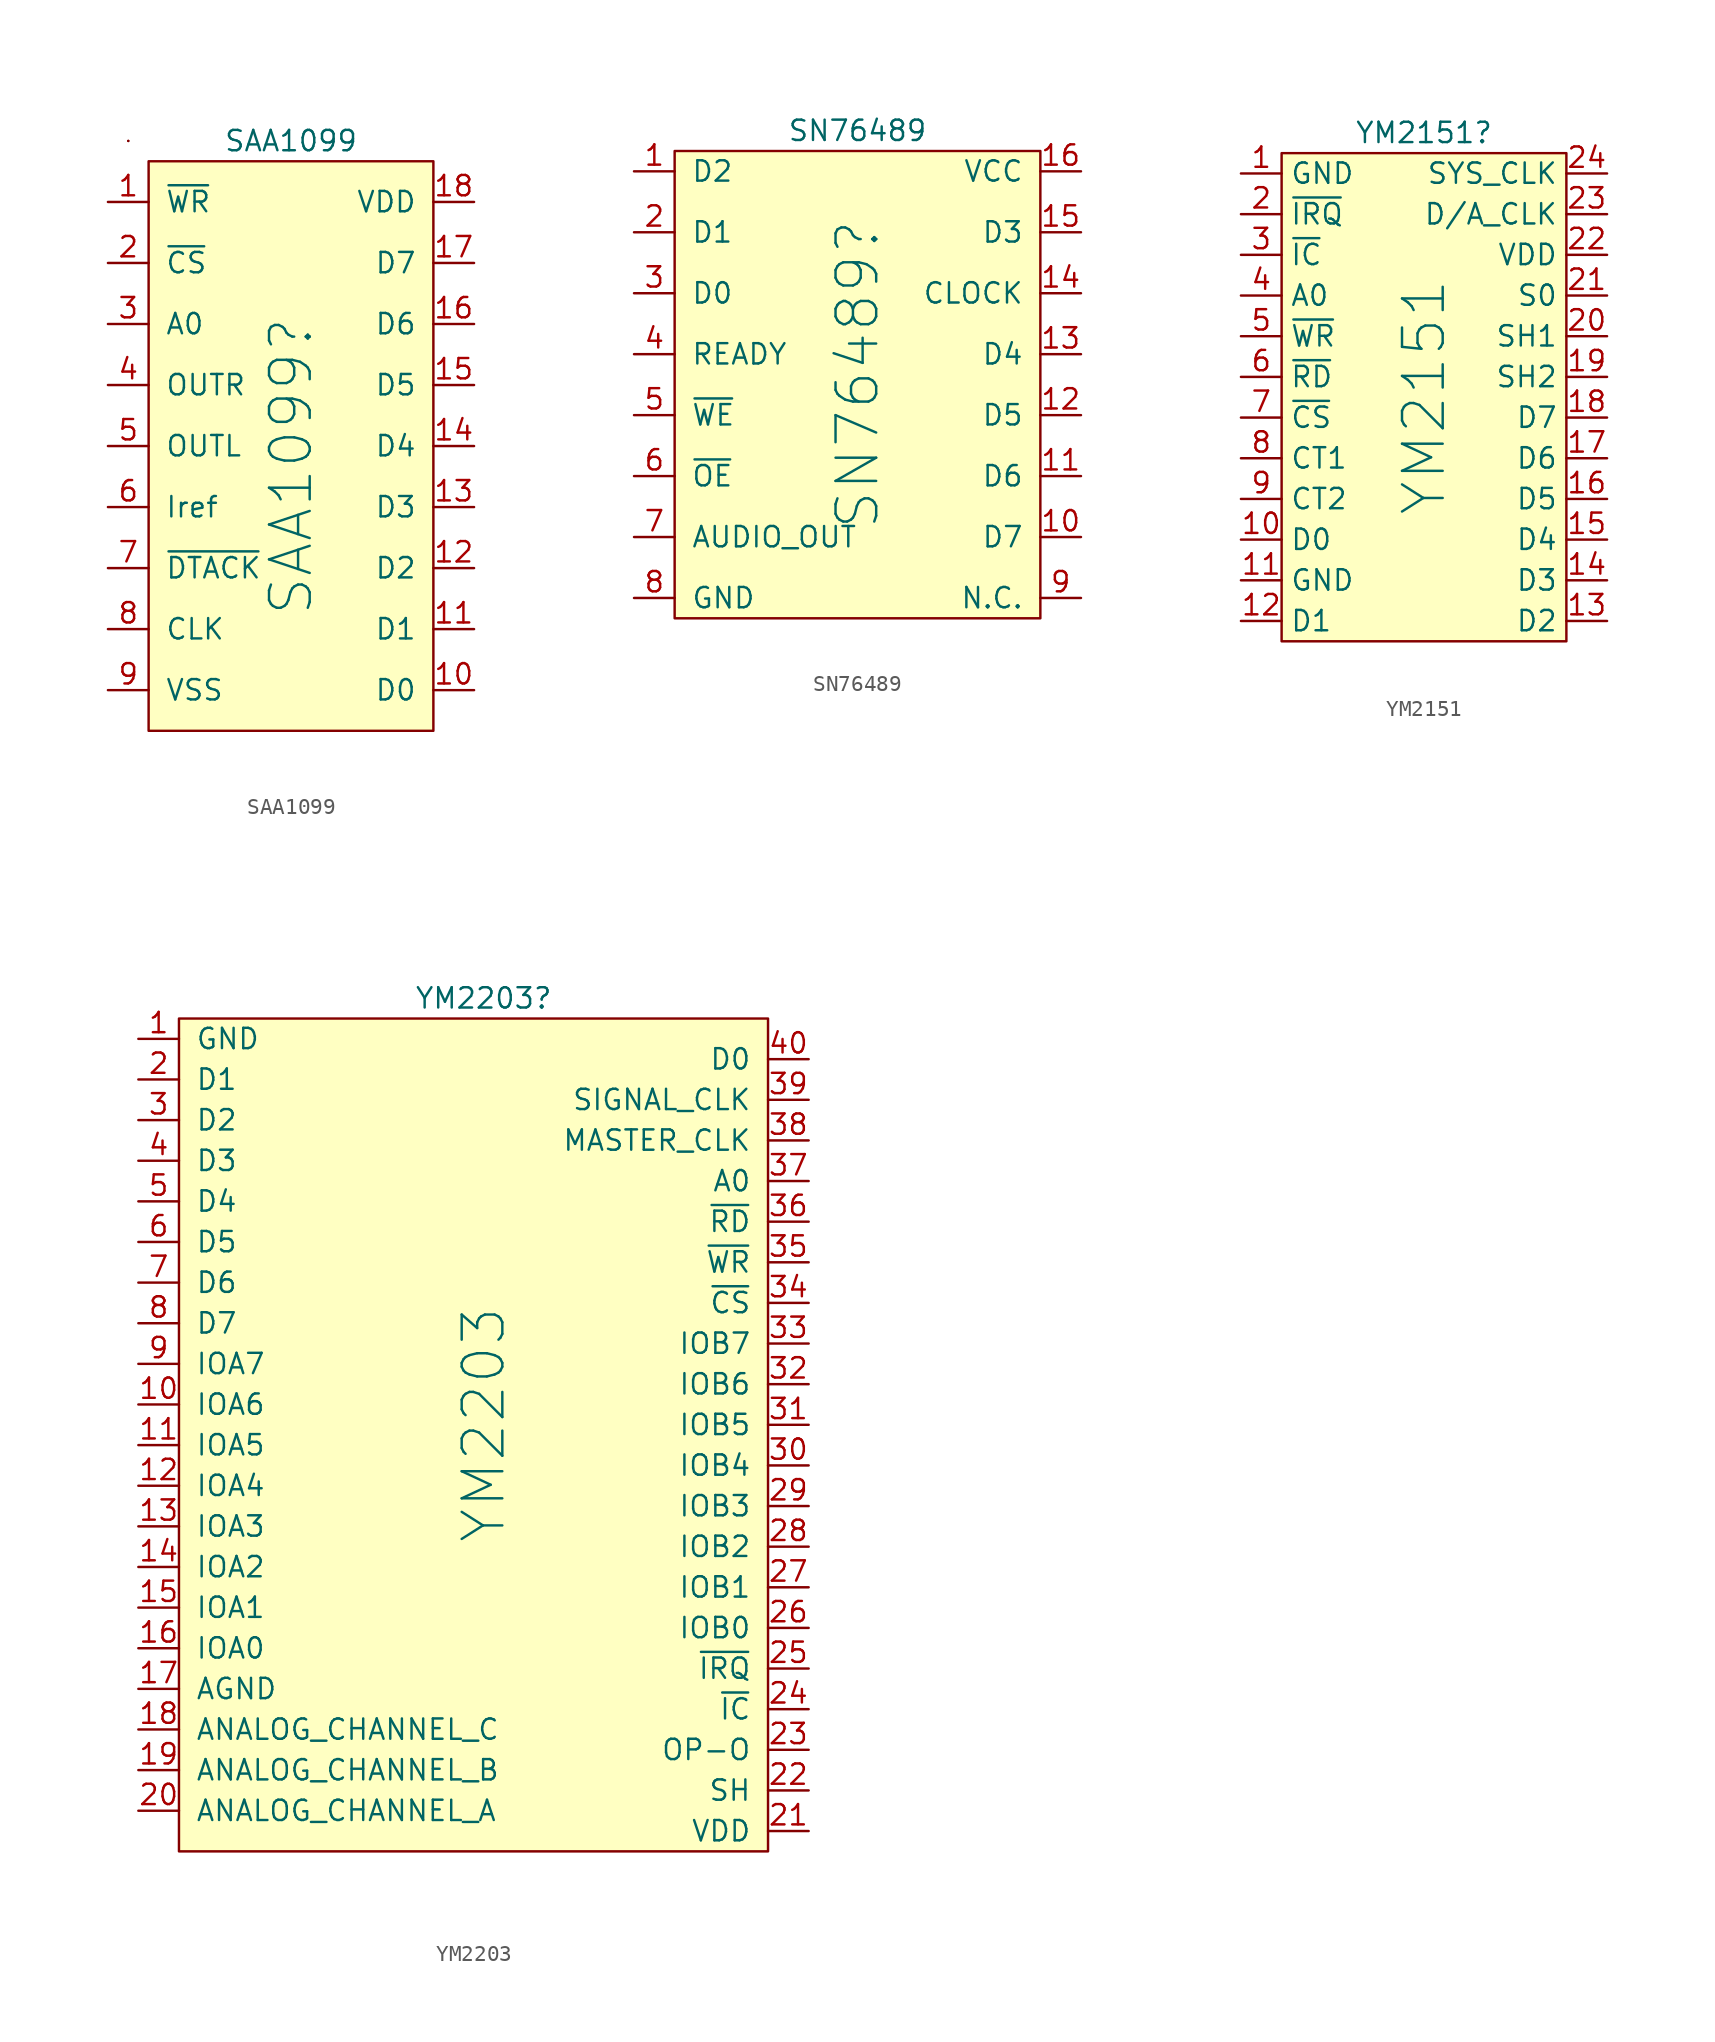
<source format=kicad_sym>
(kicad_symbol_lib
  (version 20220914)
  (generator kicad_symbol_editor)
  (symbol "SAA1099"
    (pin_names
      (offset 1.016))
    (property "Reference" "SAA1099"
      (at 0 0 90)
      (effects (font (size 2.54 2.54))))
    (property "Value" "SAA1099"
      (at 0 20.32 0)
      (effects (font (size 1.27 1.27))))
    (symbol "SAA1099_0_1"
      (rectangle (start -10.16 20.32) (end -10.16 20.32) (stroke (width 0) (type solid)) (fill (type none)))
      (rectangle (start -10.16 20.32) (end -10.16 20.32) (stroke (width 0) (type solid)) (fill (type none)))
      (rectangle (start -8.89 19.05) (end 8.89 -16.51) (stroke (width 0) (type solid)) (fill (type background))))
    (symbol "SAA1099_1_1"
      (pin input line (at -11.43 16.51 0) (length 2.54) (name "~{WR}" (effects (font (size 1.27 1.27)))) (number "1" (effects (font (size 1.27 1.27)))))
      (pin input line (at 11.43 -13.97 180) (length 2.54) (name "D0" (effects (font (size 1.27 1.27)))) (number "10" (effects (font (size 1.27 1.27)))))
      (pin input line (at 11.43 -10.16 180) (length 2.54) (name "D1" (effects (font (size 1.27 1.27)))) (number "11" (effects (font (size 1.27 1.27)))))
      (pin input line (at 11.43 -6.35 180) (length 2.54) (name "D2" (effects (font (size 1.27 1.27)))) (number "12" (effects (font (size 1.27 1.27)))))
      (pin input line (at 11.43 -2.54 180) (length 2.54) (name "D3" (effects (font (size 1.27 1.27)))) (number "13" (effects (font (size 1.27 1.27)))))
      (pin input line (at 11.43 1.27 180) (length 2.54) (name "D4" (effects (font (size 1.27 1.27)))) (number "14" (effects (font (size 1.27 1.27)))))
      (pin input line (at 11.43 5.08 180) (length 2.54) (name "D5" (effects (font (size 1.27 1.27)))) (number "15" (effects (font (size 1.27 1.27)))))
      (pin input line (at 11.43 8.89 180) (length 2.54) (name "D6" (effects (font (size 1.27 1.27)))) (number "16" (effects (font (size 1.27 1.27)))))
      (pin input line (at 11.43 12.7 180) (length 2.54) (name "D7" (effects (font (size 1.27 1.27)))) (number "17" (effects (font (size 1.27 1.27)))))
      (pin power_in line (at 11.43 16.51 180) (length 2.54) (name "VDD" (effects (font (size 1.27 1.27)))) (number "18" (effects (font (size 1.27 1.27)))))
      (pin input line (at -11.43 12.7 0) (length 2.54) (name "~{CS}" (effects (font (size 1.27 1.27)))) (number "2" (effects (font (size 1.27 1.27)))))
      (pin input line (at -11.43 8.89 0) (length 2.54) (name "A0" (effects (font (size 1.27 1.27)))) (number "3" (effects (font (size 1.27 1.27)))))
      (pin output line (at -11.43 5.08 0) (length 2.54) (name "OUTR" (effects (font (size 1.27 1.27)))) (number "4" (effects (font (size 1.27 1.27)))))
      (pin output line (at -11.43 1.27 0) (length 2.54) (name "OUTL" (effects (font (size 1.27 1.27)))) (number "5" (effects (font (size 1.27 1.27)))))
      (pin input line (at -11.43 -2.54 0) (length 2.54) (name "Iref" (effects (font (size 1.27 1.27)))) (number "6" (effects (font (size 1.27 1.27)))))
      (pin output line (at -11.43 -6.35 0) (length 2.54) (name "~{DTACK}" (effects (font (size 1.27 1.27)))) (number "7" (effects (font (size 1.27 1.27)))))
      (pin input line (at -11.43 -10.16 0) (length 2.54) (name "CLK" (effects (font (size 1.27 1.27)))) (number "8" (effects (font (size 1.27 1.27)))))
      (pin passive line (at -11.43 -13.97 0) (length 2.54) (name "VSS" (effects (font (size 1.27 1.27)))) (number "9" (effects (font (size 1.27 1.27)))))))
  (symbol "SN76489"
    (pin_names
      (offset 1.016))
    (property "Reference" "SN76489"
      (at 0 0 90)
      (effects (font (size 2.54 2.54))))
    (property "Value" "SN76489"
      (at 0 15.24 0)
      (effects (font (size 1.27 1.27))))
    (symbol "SN76489_0_1"
      (rectangle (start -11.43 13.97) (end 11.43 -15.24) (stroke (width 0) (type solid)) (fill (type background))))
    (symbol "SN76489_1_1"
      (pin input line (at -13.97 12.7 0) (length 2.54) (name "D2" (effects (font (size 1.27 1.27)))) (number "1" (effects (font (size 1.27 1.27)))))
      (pin input line (at 13.97 -10.16 180) (length 2.54) (name "D7" (effects (font (size 1.27 1.27)))) (number "10" (effects (font (size 1.27 1.27)))))
      (pin input line (at 13.97 -6.35 180) (length 2.54) (name "D6" (effects (font (size 1.27 1.27)))) (number "11" (effects (font (size 1.27 1.27)))))
      (pin input line (at 13.97 -2.54 180) (length 2.54) (name "D5" (effects (font (size 1.27 1.27)))) (number "12" (effects (font (size 1.27 1.27)))))
      (pin input line (at 13.97 1.27 180) (length 2.54) (name "D4" (effects (font (size 1.27 1.27)))) (number "13" (effects (font (size 1.27 1.27)))))
      (pin input line (at 13.97 5.08 180) (length 2.54) (name "CLOCK" (effects (font (size 1.27 1.27)))) (number "14" (effects (font (size 1.27 1.27)))))
      (pin input line (at 13.97 8.89 180) (length 2.54) (name "D3" (effects (font (size 1.27 1.27)))) (number "15" (effects (font (size 1.27 1.27)))))
      (pin power_in line (at 13.97 12.7 180) (length 2.54) (name "VCC" (effects (font (size 1.27 1.27)))) (number "16" (effects (font (size 1.27 1.27)))))
      (pin input line (at -13.97 8.89 0) (length 2.54) (name "D1" (effects (font (size 1.27 1.27)))) (number "2" (effects (font (size 1.27 1.27)))))
      (pin input line (at -13.97 5.08 0) (length 2.54) (name "D0" (effects (font (size 1.27 1.27)))) (number "3" (effects (font (size 1.27 1.27)))))
      (pin output line (at -13.97 1.27 0) (length 2.54) (name "READY" (effects (font (size 1.27 1.27)))) (number "4" (effects (font (size 1.27 1.27)))))
      (pin input line (at -13.97 -2.54 0) (length 2.54) (name "~{WE}" (effects (font (size 1.27 1.27)))) (number "5" (effects (font (size 1.27 1.27)))))
      (pin input line (at -13.97 -6.35 0) (length 2.54) (name "~{OE}" (effects (font (size 1.27 1.27)))) (number "6" (effects (font (size 1.27 1.27)))))
      (pin output line (at -13.97 -10.16 0) (length 2.54) (name "AUDIO_OUT" (effects (font (size 1.27 1.27)))) (number "7" (effects (font (size 1.27 1.27)))))
      (pin passive line (at -13.97 -13.97 0) (length 2.54) (name "GND" (effects (font (size 1.27 1.27)))) (number "8" (effects (font (size 1.27 1.27)))))
      (pin input line (at 13.97 -13.97 180) (length 2.54) (name "N.C." (effects (font (size 1.27 1.27)))) (number "9" (effects (font (size 1.27 1.27)))))))
  (symbol "YM2151"
    (property "Reference" "YM2151"
      (at 0 16.51 0)
      (effects (font (size 1.27 1.27))))
    (property "Value" "YM2151"
      (at 0 0 90)
      (effects (font (size 2.54 2.54))))
    (symbol "YM2151_0_0"
      (pin input line (at -11.43 13.97 0) (length 2.54) (name "GND" (effects (font (size 1.27 1.27)))) (number "1" (effects (font (size 1.27 1.27)))))
      (pin bidirectional line (at -11.43 -8.89 0) (length 2.54) (name "D0" (effects (font (size 1.27 1.27)))) (number "10" (effects (font (size 1.27 1.27)))))
      (pin input line (at -11.43 -11.43 0) (length 2.54) (name "GND" (effects (font (size 1.27 1.27)))) (number "11" (effects (font (size 1.27 1.27)))))
      (pin bidirectional line (at -11.43 -13.97 0) (length 2.54) (name "D1" (effects (font (size 1.27 1.27)))) (number "12" (effects (font (size 1.27 1.27)))))
      (pin bidirectional line (at 11.43 -13.97 180) (length 2.54) (name "D2" (effects (font (size 1.27 1.27)))) (number "13" (effects (font (size 1.27 1.27)))))
      (pin bidirectional line (at 11.43 -11.43 180) (length 2.54) (name "D3" (effects (font (size 1.27 1.27)))) (number "14" (effects (font (size 1.27 1.27)))))
      (pin bidirectional line (at 11.43 -8.89 180) (length 2.54) (name "D4" (effects (font (size 1.27 1.27)))) (number "15" (effects (font (size 1.27 1.27)))))
      (pin bidirectional line (at 11.43 -6.35 180) (length 2.54) (name "D5" (effects (font (size 1.27 1.27)))) (number "16" (effects (font (size 1.27 1.27)))))
      (pin bidirectional line (at 11.43 -3.81 180) (length 2.54) (name "D6" (effects (font (size 1.27 1.27)))) (number "17" (effects (font (size 1.27 1.27)))))
      (pin bidirectional line (at 11.43 -1.27 180) (length 2.54) (name "D7" (effects (font (size 1.27 1.27)))) (number "18" (effects (font (size 1.27 1.27)))))
      (pin output line (at 11.43 1.27 180) (length 2.54) (name "SH2" (effects (font (size 1.27 1.27)))) (number "19" (effects (font (size 1.27 1.27)))))
      (pin open_collector line (at -11.43 11.43 0) (length 2.54) (name "~{IRQ}" (effects (font (size 1.27 1.27)))) (number "2" (effects (font (size 1.27 1.27)))))
      (pin output line (at 11.43 3.81 180) (length 2.54) (name "SH1" (effects (font (size 1.27 1.27)))) (number "20" (effects (font (size 1.27 1.27)))))
      (pin output line (at 11.43 6.35 180) (length 2.54) (name "S0" (effects (font (size 1.27 1.27)))) (number "21" (effects (font (size 1.27 1.27)))))
      (pin power_in line (at 11.43 8.89 180) (length 2.54) (name "VDD" (effects (font (size 1.27 1.27)))) (number "22" (effects (font (size 1.27 1.27)))))
      (pin output line (at 11.43 11.43 180) (length 2.54) (name "D/A_CLK" (effects (font (size 1.27 1.27)))) (number "23" (effects (font (size 1.27 1.27)))))
      (pin input line (at 11.43 13.97 180) (length 2.54) (name "SYS_CLK" (effects (font (size 1.27 1.27)))) (number "24" (effects (font (size 1.27 1.27)))))
      (pin input line (at -11.43 8.89 0) (length 2.54) (name "~{IC}" (effects (font (size 1.27 1.27)))) (number "3" (effects (font (size 1.27 1.27)))))
      (pin input line (at -11.43 6.35 0) (length 2.54) (name "A0" (effects (font (size 1.27 1.27)))) (number "4" (effects (font (size 1.27 1.27)))))
      (pin input line (at -11.43 3.81 0) (length 2.54) (name "~{WR}" (effects (font (size 1.27 1.27)))) (number "5" (effects (font (size 1.27 1.27)))))
      (pin input line (at -11.43 1.27 0) (length 2.54) (name "~{RD}" (effects (font (size 1.27 1.27)))) (number "6" (effects (font (size 1.27 1.27)))))
      (pin input line (at -11.43 -1.27 0) (length 2.54) (name "~{CS}" (effects (font (size 1.27 1.27)))) (number "7" (effects (font (size 1.27 1.27)))))
      (pin output line (at -11.43 -3.81 0) (length 2.54) (name "CT1" (effects (font (size 1.27 1.27)))) (number "8" (effects (font (size 1.27 1.27)))))
      (pin tri_state line (at -11.43 -6.35 0) (length 2.54) (name "CT2" (effects (font (size 1.27 1.27)))) (number "9" (effects (font (size 1.27 1.27))))))
    (symbol "YM2151_1_1"
      (rectangle (start -8.89 15.24) (end 8.89 -15.24) (stroke (width 0) (type default)) (fill (type background)))))
  (symbol "YM2203"
    (pin_names
      (offset 1.016))
    (property "Reference" "YM2203"
      (at 0 26.67 0)
      (effects (font (size 1.27 1.27))))
    (property "Value" "YM2203"
      (at 0 0 90)
      (effects (font (size 2.54 2.54))))
    (symbol "YM2203_0_1"
      (rectangle (start -19.05 25.4) (end 17.78 -26.67) (stroke (width 0) (type solid)) (fill (type background))))
    (symbol "YM2203_1_0"
      (pin bidirectional line (at -21.59 1.27 0) (length 2.54) (name "IOA6" (effects (font (size 1.27 1.27)))) (number "10" (effects (font (size 1.27 1.27)))))
      (pin bidirectional line (at -21.59 -1.27 0) (length 2.54) (name "IOA5" (effects (font (size 1.27 1.27)))) (number "11" (effects (font (size 1.27 1.27)))))
      (pin bidirectional line (at -21.59 -3.81 0) (length 2.54) (name "IOA4" (effects (font (size 1.27 1.27)))) (number "12" (effects (font (size 1.27 1.27)))))
      (pin bidirectional line (at -21.59 -6.35 0) (length 2.54) (name "IOA3" (effects (font (size 1.27 1.27)))) (number "13" (effects (font (size 1.27 1.27)))))
      (pin bidirectional line (at -21.59 -8.89 0) (length 2.54) (name "IOA2" (effects (font (size 1.27 1.27)))) (number "14" (effects (font (size 1.27 1.27)))))
      (pin bidirectional line (at -21.59 -11.43 0) (length 2.54) (name "IOA1" (effects (font (size 1.27 1.27)))) (number "15" (effects (font (size 1.27 1.27)))))
      (pin bidirectional line (at -21.59 -13.97 0) (length 2.54) (name "IOA0" (effects (font (size 1.27 1.27)))) (number "16" (effects (font (size 1.27 1.27)))))
      (pin input line (at -21.59 -16.51 0) (length 2.54) (name "AGND" (effects (font (size 1.27 1.27)))) (number "17" (effects (font (size 1.27 1.27)))))
      (pin output line (at -21.59 -19.05 0) (length 2.54) (name "ANALOG_CHANNEL_C" (effects (font (size 1.27 1.27)))) (number "18" (effects (font (size 1.27 1.27)))))
      (pin output line (at -21.59 -21.59 0) (length 2.54) (name "ANALOG_CHANNEL_B" (effects (font (size 1.27 1.27)))) (number "19" (effects (font (size 1.27 1.27)))))
      (pin bidirectional line (at -21.59 21.59 0) (length 2.54) (name "D1" (effects (font (size 1.27 1.27)))) (number "2" (effects (font (size 1.27 1.27)))))
      (pin output line (at -21.59 -24.13 0) (length 2.54) (name "ANALOG_CHANNEL_A" (effects (font (size 1.27 1.27)))) (number "20" (effects (font (size 1.27 1.27)))))
      (pin power_in line (at 20.32 -25.4 180) (length 2.54) (name "VDD" (effects (font (size 1.27 1.27)))) (number "21" (effects (font (size 1.27 1.27)))))
      (pin input line (at 20.32 -22.86 180) (length 2.54) (name "SH" (effects (font (size 1.27 1.27)))) (number "22" (effects (font (size 1.27 1.27)))))
      (pin output line (at 20.32 -20.32 180) (length 2.54) (name "OP-O" (effects (font (size 1.27 1.27)))) (number "23" (effects (font (size 1.27 1.27)))))
      (pin input line (at 20.32 -17.78 180) (length 2.54) (name "~{IC}" (effects (font (size 1.27 1.27)))) (number "24" (effects (font (size 1.27 1.27)))))
      (pin output line (at 20.32 -15.24 180) (length 2.54) (name "~{IRQ}" (effects (font (size 1.27 1.27)))) (number "25" (effects (font (size 1.27 1.27)))))
      (pin bidirectional line (at 20.32 -12.7 180) (length 2.54) (name "IOB0" (effects (font (size 1.27 1.27)))) (number "26" (effects (font (size 1.27 1.27)))))
      (pin bidirectional line (at 20.32 -10.16 180) (length 2.54) (name "IOB1" (effects (font (size 1.27 1.27)))) (number "27" (effects (font (size 1.27 1.27)))))
      (pin bidirectional line (at 20.32 -7.62 180) (length 2.54) (name "IOB2" (effects (font (size 1.27 1.27)))) (number "28" (effects (font (size 1.27 1.27)))))
      (pin bidirectional line (at 20.32 -5.08 180) (length 2.54) (name "IOB3" (effects (font (size 1.27 1.27)))) (number "29" (effects (font (size 1.27 1.27)))))
      (pin bidirectional line (at -21.59 19.05 0) (length 2.54) (name "D2" (effects (font (size 1.27 1.27)))) (number "3" (effects (font (size 1.27 1.27)))))
      (pin bidirectional line (at 20.32 -2.54 180) (length 2.54) (name "IOB4" (effects (font (size 1.27 1.27)))) (number "30" (effects (font (size 1.27 1.27)))))
      (pin bidirectional line (at 20.32 0 180) (length 2.54) (name "IOB5" (effects (font (size 1.27 1.27)))) (number "31" (effects (font (size 1.27 1.27)))))
      (pin bidirectional line (at 20.32 2.54 180) (length 2.54) (name "IOB6" (effects (font (size 1.27 1.27)))) (number "32" (effects (font (size 1.27 1.27)))))
      (pin bidirectional line (at 20.32 5.08 180) (length 2.54) (name "IOB7" (effects (font (size 1.27 1.27)))) (number "33" (effects (font (size 1.27 1.27)))))
      (pin bidirectional line (at 20.32 7.62 180) (length 2.54) (name "~{CS}" (effects (font (size 1.27 1.27)))) (number "34" (effects (font (size 1.27 1.27)))))
      (pin bidirectional line (at 20.32 10.16 180) (length 2.54) (name "~{WR}" (effects (font (size 1.27 1.27)))) (number "35" (effects (font (size 1.27 1.27)))))
      (pin bidirectional line (at 20.32 12.7 180) (length 2.54) (name "~{RD}" (effects (font (size 1.27 1.27)))) (number "36" (effects (font (size 1.27 1.27)))))
      (pin bidirectional line (at 20.32 15.24 180) (length 2.54) (name "A0" (effects (font (size 1.27 1.27)))) (number "37" (effects (font (size 1.27 1.27)))))
      (pin input line (at 20.32 17.78 180) (length 2.54) (name "MASTER_CLK" (effects (font (size 1.27 1.27)))) (number "38" (effects (font (size 1.27 1.27)))))
      (pin output line (at 20.32 20.32 180) (length 2.54) (name "SIGNAL_CLK" (effects (font (size 1.27 1.27)))) (number "39" (effects (font (size 1.27 1.27)))))
      (pin bidirectional line (at -21.59 16.51 0) (length 2.54) (name "D3" (effects (font (size 1.27 1.27)))) (number "4" (effects (font (size 1.27 1.27)))))
      (pin bidirectional line (at 20.32 22.86 180) (length 2.54) (name "D0" (effects (font (size 1.27 1.27)))) (number "40" (effects (font (size 1.27 1.27)))))
      (pin bidirectional line (at -21.59 13.97 0) (length 2.54) (name "D4" (effects (font (size 1.27 1.27)))) (number "5" (effects (font (size 1.27 1.27)))))
      (pin bidirectional line (at -21.59 11.43 0) (length 2.54) (name "D5" (effects (font (size 1.27 1.27)))) (number "6" (effects (font (size 1.27 1.27)))))
      (pin bidirectional line (at -21.59 8.89 0) (length 2.54) (name "D6" (effects (font (size 1.27 1.27)))) (number "7" (effects (font (size 1.27 1.27)))))
      (pin bidirectional line (at -21.59 6.35 0) (length 2.54) (name "D7" (effects (font (size 1.27 1.27)))) (number "8" (effects (font (size 1.27 1.27)))))
      (pin bidirectional line (at -21.59 3.81 0) (length 2.54) (name "IOA7" (effects (font (size 1.27 1.27)))) (number "9" (effects (font (size 1.27 1.27))))))
    (symbol "YM2203_1_1"
      (pin input line (at -21.59 24.13 0) (length 2.54) (name "GND" (effects (font (size 1.27 1.27)))) (number "1" (effects (font (size 1.27 1.27))))))))
</source>
